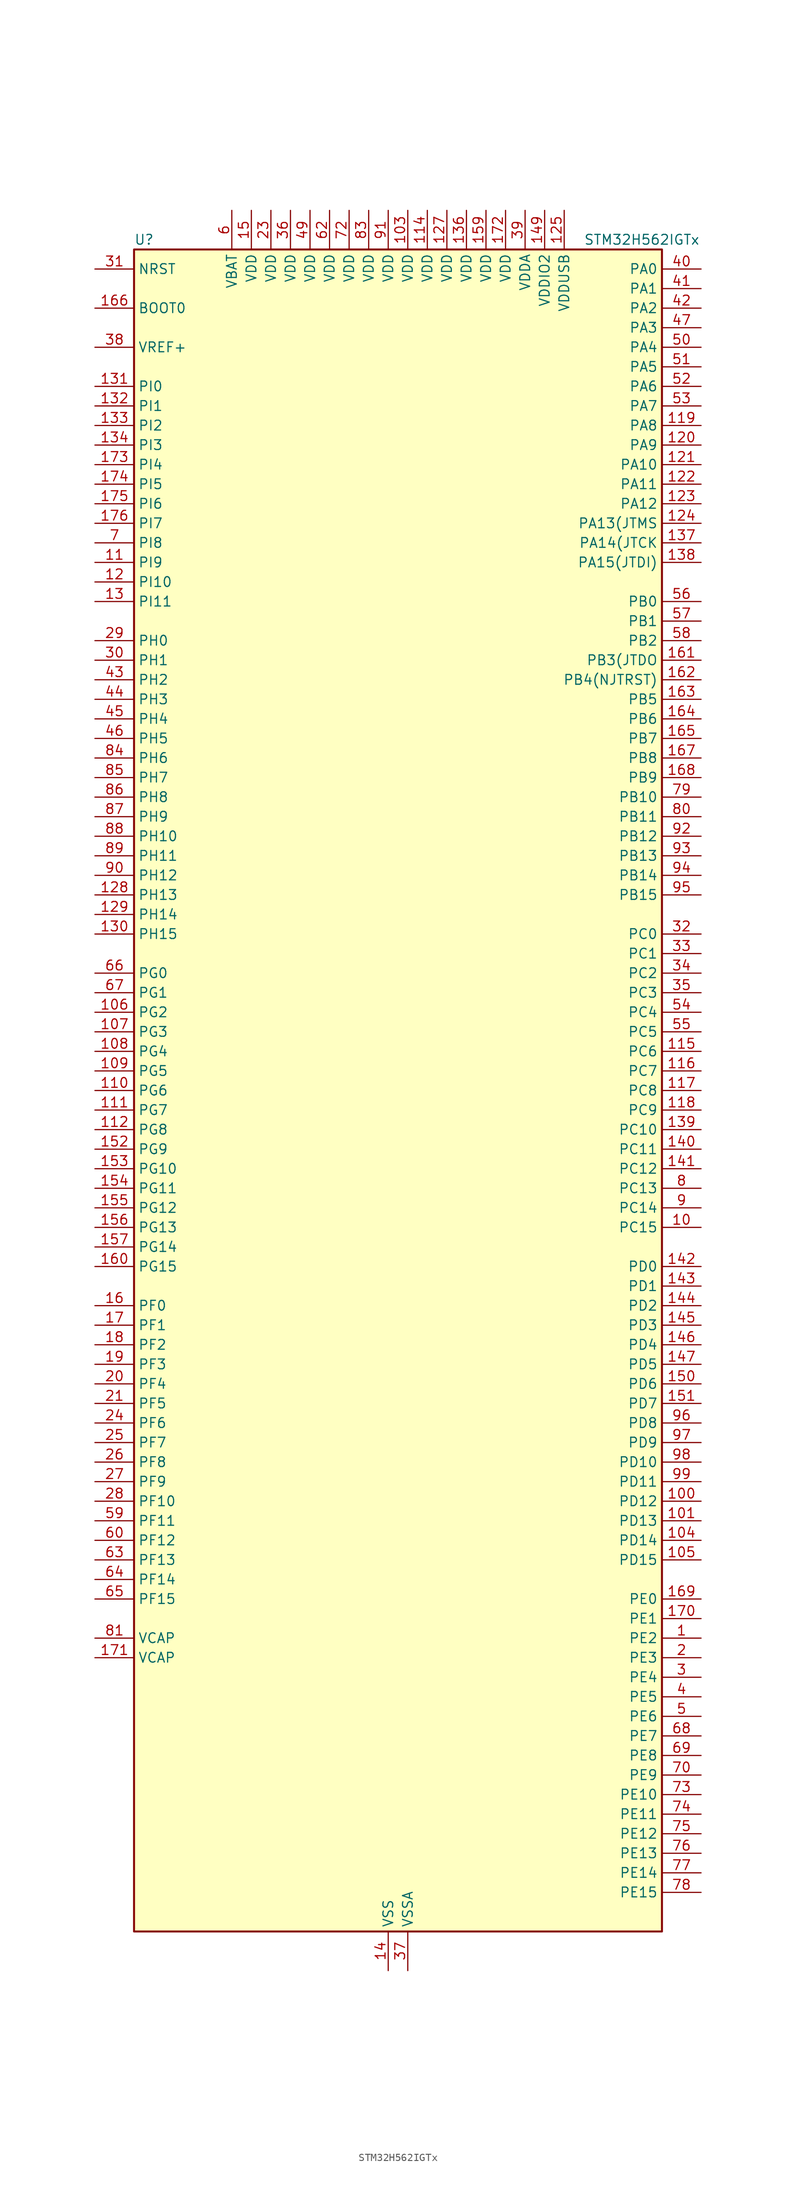
<source format=kicad_sym>
(kicad_symbol_lib
  (version 20231120)
  (generator "kicad_symbol_editor")
  (generator_version "8.0")
  (symbol "STM32H562IGTx"
    (property "Reference" "U"
      (at -33.02 110.49 0)
      (effects (font (size 1.27 1.27)) (justify left)))
    (property "Value" "STM32H562IGTx"
      (at 25.4 110.49 0)
      (effects (font (size 1.27 1.27)) (justify left)))
    (property "ki_locked" ""
      (at 0 0 0)
      (effects (font (size 1.27 1.27))))
    (symbol "STM32H562IGTx_0_1"
      (rectangle (start -33.02 -109.22) (end 35.56 109.22) (stroke (width 0.254) (type default)) (fill (type background))))
    (symbol "STM32H562IGTx_1_1"
      (pin bidirectional line (at 40.64 -71.12 180) (length 5.08) (name "PE2" (effects (font (size 1.27 1.27)))) (number "1" (effects (font (size 1.27 1.27)))) (alternate "DCMI_D3" bidirectional line) (alternate "DEBUG_TRACECLK" bidirectional line) (alternate "FMC_A23" bidirectional line) (alternate "LPTIM1_IN2" bidirectional line) (alternate "OCTOSPI1_IO2" bidirectional line) (alternate "PSSI_D3" bidirectional line) (alternate "SAI1_CK1" bidirectional line) (alternate "SAI1_MCLK_A" bidirectional line) (alternate "SPI4_SCK" bidirectional line) (alternate "UART8_TX" bidirectional line) (alternate "USART10_RX" bidirectional line))
      (pin bidirectional line (at 40.64 -17.78 180) (length 5.08) (name "PC15" (effects (font (size 1.27 1.27)))) (number "10" (effects (font (size 1.27 1.27)))) (alternate "ADC1_EXTI15" bidirectional line) (alternate "ADC2_EXTI15" bidirectional line) (alternate "RCC_OSC32_OUT" bidirectional line))
      (pin bidirectional line (at 40.64 -53.34 180) (length 5.08) (name "PD12" (effects (font (size 1.27 1.27)))) (number "100" (effects (font (size 1.27 1.27)))) (alternate "DCMI_D12" bidirectional line) (alternate "FMC_A17" bidirectional line) (alternate "FMC_ALE" bidirectional line) (alternate "I2C4_SCL" bidirectional line) (alternate "I3C1_SCL" bidirectional line) (alternate "LPTIM1_IN1" bidirectional line) (alternate "LPTIM2_IN1" bidirectional line) (alternate "OCTOSPI1_IO1" bidirectional line) (alternate "PSSI_D12" bidirectional line) (alternate "SAI1_D1" bidirectional line) (alternate "SAI2_FS_A" bidirectional line) (alternate "TIM4_CH1" bidirectional line) (alternate "UART4_TX" bidirectional line) (alternate "USART3_RTS" bidirectional line))
      (pin bidirectional line (at 40.64 -55.88 180) (length 5.08) (name "PD13" (effects (font (size 1.27 1.27)))) (number "101" (effects (font (size 1.27 1.27)))) (alternate "DCMI_D13" bidirectional line) (alternate "FMC_A18" bidirectional line) (alternate "I2C4_SDA" bidirectional line) (alternate "I3C1_SDA" bidirectional line) (alternate "LPTIM1_CH1" bidirectional line) (alternate "LPTIM2_CH1" bidirectional line) (alternate "LPTIM4_IN1" bidirectional line) (alternate "OCTOSPI1_IO3" bidirectional line) (alternate "PSSI_D13" bidirectional line) (alternate "SAI2_SCK_A" bidirectional line) (alternate "TIM4_CH2" bidirectional line) (alternate "UART9_RTS" bidirectional line))
      (pin passive line (at 0 -114.3 90) (length 5.08) hide (name "VSS" (effects (font (size 1.27 1.27)))) (number "102" (effects (font (size 1.27 1.27)))))
      (pin power_in line (at 2.54 114.3 270) (length 5.08) (name "VDD" (effects (font (size 1.27 1.27)))) (number "103" (effects (font (size 1.27 1.27)))))
      (pin bidirectional line (at 40.64 -58.42 180) (length 5.08) (name "PD14" (effects (font (size 1.27 1.27)))) (number "104" (effects (font (size 1.27 1.27)))) (alternate "FMC_D0" bidirectional line) (alternate "FMC_DA0" bidirectional line) (alternate "TIM4_CH3" bidirectional line) (alternate "UART8_CTS" bidirectional line) (alternate "UART9_RX" bidirectional line))
      (pin bidirectional line (at 40.64 -60.96 180) (length 5.08) (name "PD15" (effects (font (size 1.27 1.27)))) (number "105" (effects (font (size 1.27 1.27)))) (alternate "ADC1_EXTI15" bidirectional line) (alternate "ADC2_EXTI15" bidirectional line) (alternate "FMC_D1" bidirectional line) (alternate "FMC_DA1" bidirectional line) (alternate "TIM4_CH4" bidirectional line) (alternate "UART8_RTS" bidirectional line) (alternate "UART9_TX" bidirectional line))
      (pin bidirectional line (at -38.1 10.16 0) (length 5.08) (name "PG2" (effects (font (size 1.27 1.27)))) (number "106" (effects (font (size 1.27 1.27)))) (alternate "FMC_A12" bidirectional line) (alternate "LPTIM6_ETR" bidirectional line) (alternate "TIM8_BKIN" bidirectional line) (alternate "UART12_RX" bidirectional line))
      (pin bidirectional line (at -38.1 7.62 0) (length 5.08) (name "PG3" (effects (font (size 1.27 1.27)))) (number "107" (effects (font (size 1.27 1.27)))) (alternate "FMC_A13" bidirectional line) (alternate "LPTIM5_ETR" bidirectional line) (alternate "TIM8_BKIN2" bidirectional line) (alternate "UART12_TX" bidirectional line))
      (pin bidirectional line (at -38.1 5.08 0) (length 5.08) (name "PG4" (effects (font (size 1.27 1.27)))) (number "108" (effects (font (size 1.27 1.27)))) (alternate "FMC_A14" bidirectional line) (alternate "FMC_BA0" bidirectional line) (alternate "LPTIM4_ETR" bidirectional line) (alternate "TIM1_BKIN2" bidirectional line))
      (pin bidirectional line (at -38.1 2.54 0) (length 5.08) (name "PG5" (effects (font (size 1.27 1.27)))) (number "109" (effects (font (size 1.27 1.27)))) (alternate "FMC_A15" bidirectional line) (alternate "FMC_BA1" bidirectional line) (alternate "TIM1_ETR" bidirectional line))
      (pin bidirectional line (at -38.1 68.58 0) (length 5.08) (name "PI9" (effects (font (size 1.27 1.27)))) (number "11" (effects (font (size 1.27 1.27)))) (alternate "DAC1_EXTI9" bidirectional line) (alternate "FDCAN1_RX" bidirectional line) (alternate "UART4_RX" bidirectional line))
      (pin bidirectional line (at -38.1 0 0) (length 5.08) (name "PG6" (effects (font (size 1.27 1.27)))) (number "110" (effects (font (size 1.27 1.27)))) (alternate "DCMI_D12" bidirectional line) (alternate "FMC_NE3" bidirectional line) (alternate "I2C4_SDA" bidirectional line) (alternate "I3C1_SDA" bidirectional line) (alternate "OCTOSPI1_NCS" bidirectional line) (alternate "PSSI_D12" bidirectional line) (alternate "SPI1_RDY" bidirectional line) (alternate "TIM17_BKIN" bidirectional line) (alternate "UCPD1_FRSTX" bidirectional line))
      (pin bidirectional line (at -38.1 -2.54 0) (length 5.08) (name "PG7" (effects (font (size 1.27 1.27)))) (number "111" (effects (font (size 1.27 1.27)))) (alternate "DCMI_D13" bidirectional line) (alternate "FMC_INT" bidirectional line) (alternate "I2C4_SCL" bidirectional line) (alternate "I3C1_SCL" bidirectional line) (alternate "PSSI_D13" bidirectional line) (alternate "SAI1_CK2" bidirectional line) (alternate "SAI1_MCLK_A" bidirectional line) (alternate "UCPD1_FRSTX" bidirectional line) (alternate "USART6_CK" bidirectional line))
      (pin bidirectional line (at -38.1 -5.08 0) (length 5.08) (name "PG8" (effects (font (size 1.27 1.27)))) (number "112" (effects (font (size 1.27 1.27)))) (alternate "FMC_SDCLK" bidirectional line) (alternate "SPI6_NSS" bidirectional line) (alternate "TIM8_ETR" bidirectional line) (alternate "USART6_RTS" bidirectional line))
      (pin passive line (at 0 -114.3 90) (length 5.08) hide (name "VSS" (effects (font (size 1.27 1.27)))) (number "113" (effects (font (size 1.27 1.27)))))
      (pin power_in line (at 5.08 114.3 270) (length 5.08) (name "VDD" (effects (font (size 1.27 1.27)))) (number "114" (effects (font (size 1.27 1.27)))))
      (pin bidirectional line (at 40.64 5.08 180) (length 5.08) (name "PC6" (effects (font (size 1.27 1.27)))) (number "115" (effects (font (size 1.27 1.27)))) (alternate "DCMI_D0" bidirectional line) (alternate "FMC_NWAIT" bidirectional line) (alternate "I2S2_MCK" bidirectional line) (alternate "OCTOSPI1_IO5" bidirectional line) (alternate "PSSI_D0" bidirectional line) (alternate "SAI1_SCK_A" bidirectional line) (alternate "SDMMC1_D0DIR" bidirectional line) (alternate "SDMMC1_D6" bidirectional line) (alternate "TIM3_CH1" bidirectional line) (alternate "TIM8_CH1" bidirectional line) (alternate "USART6_TX" bidirectional line))
      (pin bidirectional line (at 40.64 2.54 180) (length 5.08) (name "PC7" (effects (font (size 1.27 1.27)))) (number "116" (effects (font (size 1.27 1.27)))) (alternate "DCMI_D1" bidirectional line) (alternate "DEBUG_TRGIO" bidirectional line) (alternate "FMC_NE1" bidirectional line) (alternate "I2S3_MCK" bidirectional line) (alternate "OCTOSPI1_IO6" bidirectional line) (alternate "PSSI_D1" bidirectional line) (alternate "SDMMC1_D123DIR" bidirectional line) (alternate "SDMMC1_D7" bidirectional line) (alternate "TIM3_CH2" bidirectional line) (alternate "TIM8_CH2" bidirectional line) (alternate "USART6_RX" bidirectional line))
      (pin bidirectional line (at 40.64 0 180) (length 5.08) (name "PC8" (effects (font (size 1.27 1.27)))) (number "117" (effects (font (size 1.27 1.27)))) (alternate "DCMI_D2" bidirectional line) (alternate "DEBUG_TRACED1" bidirectional line) (alternate "FMC_ALE" bidirectional line) (alternate "FMC_INT" bidirectional line) (alternate "FMC_NCE" bidirectional line) (alternate "FMC_NE2" bidirectional line) (alternate "PSSI_D2" bidirectional line) (alternate "SDMMC1_D0" bidirectional line) (alternate "TIM3_CH3" bidirectional line) (alternate "TIM8_CH3" bidirectional line) (alternate "UART5_DE" bidirectional line) (alternate "UART5_RTS" bidirectional line) (alternate "USART6_CK" bidirectional line))
      (pin bidirectional line (at 40.64 -2.54 180) (length 5.08) (name "PC9" (effects (font (size 1.27 1.27)))) (number "118" (effects (font (size 1.27 1.27)))) (alternate "AUDIOCLK" bidirectional line) (alternate "DAC1_EXTI9" bidirectional line) (alternate "DCMI_D3" bidirectional line) (alternate "FMC_CLE" bidirectional line) (alternate "I2C3_SDA" bidirectional line) (alternate "OCTOSPI1_IO0" bidirectional line) (alternate "PSSI_D3" bidirectional line) (alternate "RCC_MCO_2" bidirectional line) (alternate "SDMMC1_D1" bidirectional line) (alternate "TIM3_CH4" bidirectional line) (alternate "TIM8_CH4" bidirectional line) (alternate "UART5_CTS" bidirectional line) (alternate "UCPD1_DB2" bidirectional line))
      (pin bidirectional line (at 40.64 86.36 180) (length 5.08) (name "PA8" (effects (font (size 1.27 1.27)))) (number "119" (effects (font (size 1.27 1.27)))) (alternate "DCMI_D3" bidirectional line) (alternate "FMC_NOE" bidirectional line) (alternate "I2C3_SCL" bidirectional line) (alternate "PSSI_D3" bidirectional line) (alternate "RCC_MCO_1" bidirectional line) (alternate "SPI1_RDY" bidirectional line) (alternate "TIM1_CH1" bidirectional line) (alternate "TIM8_BKIN2" bidirectional line) (alternate "UART7_RX" bidirectional line) (alternate "USART1_CK" bidirectional line) (alternate "USB_SOF" bidirectional line))
      (pin bidirectional line (at -38.1 66.04 0) (length 5.08) (name "PI10" (effects (font (size 1.27 1.27)))) (number "12" (effects (font (size 1.27 1.27)))) (alternate "FDCAN1_RX" bidirectional line) (alternate "PSSI_D14" bidirectional line))
      (pin bidirectional line (at 40.64 83.82 180) (length 5.08) (name "PA9" (effects (font (size 1.27 1.27)))) (number "120" (effects (font (size 1.27 1.27)))) (alternate "DAC1_EXTI9" bidirectional line) (alternate "DCMI_D0" bidirectional line) (alternate "FMC_NWE" bidirectional line) (alternate "I2C3_SMBA" bidirectional line) (alternate "I2S2_CK" bidirectional line) (alternate "LPUART1_TX" bidirectional line) (alternate "PSSI_D0" bidirectional line) (alternate "SPI2_SCK" bidirectional line) (alternate "TIM1_CH2" bidirectional line) (alternate "UCPD1_DB1" bidirectional line) (alternate "USART1_TX" bidirectional line))
      (pin bidirectional line (at 40.64 81.28 180) (length 5.08) (name "PA10" (effects (font (size 1.27 1.27)))) (number "121" (effects (font (size 1.27 1.27)))) (alternate "DCMI_D1" bidirectional line) (alternate "LPTIM2_IN2" bidirectional line) (alternate "LPUART1_RX" bidirectional line) (alternate "PSSI_D1" bidirectional line) (alternate "SDMMC1_D0" bidirectional line) (alternate "TIM1_CH3" bidirectional line) (alternate "UCPD1_FRSTX" bidirectional line) (alternate "USART1_RX" bidirectional line))
      (pin bidirectional line (at 40.64 78.74 180) (length 5.08) (name "PA11" (effects (font (size 1.27 1.27)))) (number "122" (effects (font (size 1.27 1.27)))) (alternate "ADC1_EXTI11" bidirectional line) (alternate "ADC2_EXTI11" bidirectional line) (alternate "FDCAN1_RX" bidirectional line) (alternate "I2S2_WS" bidirectional line) (alternate "LPUART1_CTS" bidirectional line) (alternate "SPI2_NSS" bidirectional line) (alternate "TIM1_CH4" bidirectional line) (alternate "UART4_RX" bidirectional line) (alternate "USART1_CTS" bidirectional line) (alternate "USART1_NSS" bidirectional line) (alternate "USB_DM" bidirectional line))
      (pin bidirectional line (at 40.64 76.2 180) (length 5.08) (name "PA12" (effects (font (size 1.27 1.27)))) (number "123" (effects (font (size 1.27 1.27)))) (alternate "FDCAN1_TX" bidirectional line) (alternate "I2S2_CK" bidirectional line) (alternate "LPUART1_RTS" bidirectional line) (alternate "SAI2_FS_B" bidirectional line) (alternate "SPI2_SCK" bidirectional line) (alternate "TIM1_ETR" bidirectional line) (alternate "UART4_TX" bidirectional line) (alternate "USART1_RTS" bidirectional line) (alternate "USB_DP" bidirectional line))
      (pin bidirectional line (at 40.64 73.66 180) (length 5.08) (name "PA13(JTMS" (effects (font (size 1.27 1.27)))) (number "124" (effects (font (size 1.27 1.27)))) (alternate "DEBUG_JTMS-SWDIO" bidirectional line))
      (pin power_in line (at 22.86 114.3 270) (length 5.08) (name "VDDUSB" (effects (font (size 1.27 1.27)))) (number "125" (effects (font (size 1.27 1.27)))))
      (pin passive line (at 0 -114.3 90) (length 5.08) hide (name "VSS" (effects (font (size 1.27 1.27)))) (number "126" (effects (font (size 1.27 1.27)))))
      (pin power_in line (at 7.62 114.3 270) (length 5.08) (name "VDD" (effects (font (size 1.27 1.27)))) (number "127" (effects (font (size 1.27 1.27)))))
      (pin bidirectional line (at -38.1 25.4 0) (length 5.08) (name "PH13" (effects (font (size 1.27 1.27)))) (number "128" (effects (font (size 1.27 1.27)))) (alternate "DCMI_D3" bidirectional line) (alternate "FDCAN1_TX" bidirectional line) (alternate "LPTIM1_IN2" bidirectional line) (alternate "PSSI_D3" bidirectional line) (alternate "TIM8_CH1N" bidirectional line) (alternate "UART4_TX" bidirectional line) (alternate "UART8_TX" bidirectional line))
      (pin bidirectional line (at -38.1 22.86 0) (length 5.08) (name "PH14" (effects (font (size 1.27 1.27)))) (number "129" (effects (font (size 1.27 1.27)))) (alternate "DCMI_D4" bidirectional line) (alternate "FDCAN1_RX" bidirectional line) (alternate "PSSI_D4" bidirectional line) (alternate "TIM8_CH2N" bidirectional line) (alternate "UART4_RX" bidirectional line))
      (pin bidirectional line (at -38.1 63.5 0) (length 5.08) (name "PI11" (effects (font (size 1.27 1.27)))) (number "13" (effects (font (size 1.27 1.27)))) (alternate "ADC1_EXTI11" bidirectional line) (alternate "ADC2_EXTI11" bidirectional line) (alternate "PSSI_D15" bidirectional line) (alternate "TAMP_IN4" bidirectional line) (alternate "TAMP_OUT5" bidirectional line))
      (pin bidirectional line (at -38.1 20.32 0) (length 5.08) (name "PH15" (effects (font (size 1.27 1.27)))) (number "130" (effects (font (size 1.27 1.27)))) (alternate "ADC1_EXTI15" bidirectional line) (alternate "ADC2_EXTI15" bidirectional line) (alternate "DCMI_D11" bidirectional line) (alternate "PSSI_D11" bidirectional line) (alternate "TIM8_CH3N" bidirectional line))
      (pin bidirectional line (at -38.1 91.44 0) (length 5.08) (name "PI0" (effects (font (size 1.27 1.27)))) (number "131" (effects (font (size 1.27 1.27)))) (alternate "DCMI_D13" bidirectional line) (alternate "I2S2_WS" bidirectional line) (alternate "PSSI_D13" bidirectional line) (alternate "SPI2_NSS" bidirectional line) (alternate "TIM5_CH4" bidirectional line))
      (pin bidirectional line (at -38.1 88.9 0) (length 5.08) (name "PI1" (effects (font (size 1.27 1.27)))) (number "132" (effects (font (size 1.27 1.27)))) (alternate "DCMI_D8" bidirectional line) (alternate "I2S2_CK" bidirectional line) (alternate "PSSI_D8" bidirectional line) (alternate "SPI2_SCK" bidirectional line) (alternate "TIM8_BKIN2" bidirectional line))
      (pin bidirectional line (at -38.1 86.36 0) (length 5.08) (name "PI2" (effects (font (size 1.27 1.27)))) (number "133" (effects (font (size 1.27 1.27)))) (alternate "DCMI_D9" bidirectional line) (alternate "I2S2_SDI" bidirectional line) (alternate "PSSI_D9" bidirectional line) (alternate "SPI2_MISO" bidirectional line) (alternate "TIM8_CH4" bidirectional line))
      (pin bidirectional line (at -38.1 83.82 0) (length 5.08) (name "PI3" (effects (font (size 1.27 1.27)))) (number "134" (effects (font (size 1.27 1.27)))) (alternate "DCMI_D10" bidirectional line) (alternate "I2S2_SDO" bidirectional line) (alternate "PSSI_D10" bidirectional line) (alternate "SPI2_MOSI" bidirectional line) (alternate "TIM8_ETR" bidirectional line))
      (pin passive line (at 0 -114.3 90) (length 5.08) hide (name "VSS" (effects (font (size 1.27 1.27)))) (number "135" (effects (font (size 1.27 1.27)))))
      (pin power_in line (at 10.16 114.3 270) (length 5.08) (name "VDD" (effects (font (size 1.27 1.27)))) (number "136" (effects (font (size 1.27 1.27)))))
      (pin bidirectional line (at 40.64 71.12 180) (length 5.08) (name "PA14(JTCK" (effects (font (size 1.27 1.27)))) (number "137" (effects (font (size 1.27 1.27)))) (alternate "DEBUG_JTCK-SWCLK" bidirectional line))
      (pin bidirectional line (at 40.64 68.58 180) (length 5.08) (name "PA15(JTDI)" (effects (font (size 1.27 1.27)))) (number "138" (effects (font (size 1.27 1.27)))) (alternate "ADC1_EXTI15" bidirectional line) (alternate "ADC2_EXTI15" bidirectional line) (alternate "CEC" bidirectional line) (alternate "DCMI_D11" bidirectional line) (alternate "DEBUG_JTDI" bidirectional line) (alternate "FMC_NBL1" bidirectional line) (alternate "I2S1_WS" bidirectional line) (alternate "I2S3_WS" bidirectional line) (alternate "LPTIM3_IN2" bidirectional line) (alternate "PSSI_D11" bidirectional line) (alternate "SPI1_NSS" bidirectional line) (alternate "SPI3_NSS" bidirectional line) (alternate "SPI6_NSS" bidirectional line) (alternate "TIM2_CH1" bidirectional line) (alternate "TIM2_ETR" bidirectional line) (alternate "UART4_DE" bidirectional line) (alternate "UART4_RTS" bidirectional line) (alternate "UART7_TX" bidirectional line))
      (pin bidirectional line (at 40.64 -5.08 180) (length 5.08) (name "PC10" (effects (font (size 1.27 1.27)))) (number "139" (effects (font (size 1.27 1.27)))) (alternate "DCMI_D8" bidirectional line) (alternate "I2S3_CK" bidirectional line) (alternate "LPTIM3_ETR" bidirectional line) (alternate "OCTOSPI1_IO1" bidirectional line) (alternate "PSSI_D8" bidirectional line) (alternate "SDMMC1_D2" bidirectional line) (alternate "SPI3_SCK" bidirectional line) (alternate "UART4_TX" bidirectional line) (alternate "USART3_TX" bidirectional line))
      (pin power_in line (at 0 -114.3 90) (length 5.08) (name "VSS" (effects (font (size 1.27 1.27)))) (number "14" (effects (font (size 1.27 1.27)))))
      (pin bidirectional line (at 40.64 -7.62 180) (length 5.08) (name "PC11" (effects (font (size 1.27 1.27)))) (number "140" (effects (font (size 1.27 1.27)))) (alternate "ADC1_EXTI11" bidirectional line) (alternate "ADC2_EXTI11" bidirectional line) (alternate "DCMI_D4" bidirectional line) (alternate "I2S3_SDI" bidirectional line) (alternate "LPTIM3_IN1" bidirectional line) (alternate "OCTOSPI1_NCS" bidirectional line) (alternate "PSSI_D4" bidirectional line) (alternate "SDMMC1_D3" bidirectional line) (alternate "SPI3_MISO" bidirectional line) (alternate "UART4_RX" bidirectional line) (alternate "USART3_RX" bidirectional line))
      (pin bidirectional line (at 40.64 -10.16 180) (length 5.08) (name "PC12" (effects (font (size 1.27 1.27)))) (number "141" (effects (font (size 1.27 1.27)))) (alternate "DCMI_D9" bidirectional line) (alternate "DEBUG_TRACED3" bidirectional line) (alternate "I2S3_SDO" bidirectional line) (alternate "PSSI_D9" bidirectional line) (alternate "SDMMC1_CK" bidirectional line) (alternate "SPI3_MOSI" bidirectional line) (alternate "SPI6_SCK" bidirectional line) (alternate "TIM15_CH1" bidirectional line) (alternate "UART5_TX" bidirectional line) (alternate "USART3_CK" bidirectional line))
      (pin bidirectional line (at 40.64 -22.86 180) (length 5.08) (name "PD0" (effects (font (size 1.27 1.27)))) (number "142" (effects (font (size 1.27 1.27)))) (alternate "FDCAN1_RX" bidirectional line) (alternate "FMC_D2" bidirectional line) (alternate "FMC_DA2" bidirectional line) (alternate "TIM8_CH4N" bidirectional line) (alternate "UART4_RX" bidirectional line) (alternate "UART9_CTS" bidirectional line))
      (pin bidirectional line (at 40.64 -25.4 180) (length 5.08) (name "PD1" (effects (font (size 1.27 1.27)))) (number "143" (effects (font (size 1.27 1.27)))) (alternate "FDCAN1_TX" bidirectional line) (alternate "FMC_D3" bidirectional line) (alternate "FMC_DA3" bidirectional line) (alternate "UART4_TX" bidirectional line))
      (pin bidirectional line (at 40.64 -27.94 180) (length 5.08) (name "PD2" (effects (font (size 1.27 1.27)))) (number "144" (effects (font (size 1.27 1.27)))) (alternate "DCMI_D11" bidirectional line) (alternate "DEBUG_TRACED2" bidirectional line) (alternate "LPTIM4_ETR" bidirectional line) (alternate "PSSI_D11" bidirectional line) (alternate "PWR_WKUP7" bidirectional line) (alternate "SDMMC1_CMD" bidirectional line) (alternate "TIM15_BKIN" bidirectional line) (alternate "TIM3_ETR" bidirectional line) (alternate "UART5_RX" bidirectional line))
      (pin bidirectional line (at 40.64 -30.48 180) (length 5.08) (name "PD3" (effects (font (size 1.27 1.27)))) (number "145" (effects (font (size 1.27 1.27)))) (alternate "DCMI_D5" bidirectional line) (alternate "FMC_CLK" bidirectional line) (alternate "I2S2_CK" bidirectional line) (alternate "PSSI_D5" bidirectional line) (alternate "PWR_WKUP8" bidirectional line) (alternate "SPI2_SCK" bidirectional line) (alternate "USART2_CTS" bidirectional line) (alternate "USART2_NSS" bidirectional line))
      (pin bidirectional line (at 40.64 -33.02 180) (length 5.08) (name "PD4" (effects (font (size 1.27 1.27)))) (number "146" (effects (font (size 1.27 1.27)))) (alternate "FMC_NOE" bidirectional line) (alternate "OCTOSPI1_IO4" bidirectional line) (alternate "USART2_RTS" bidirectional line))
      (pin bidirectional line (at 40.64 -35.56 180) (length 5.08) (name "PD5" (effects (font (size 1.27 1.27)))) (number "147" (effects (font (size 1.27 1.27)))) (alternate "FDCAN1_TX" bidirectional line) (alternate "FMC_NWE" bidirectional line) (alternate "OCTOSPI1_IO5" bidirectional line) (alternate "SPI2_RDY" bidirectional line) (alternate "TIM1_CH4N" bidirectional line) (alternate "USART2_TX" bidirectional line))
      (pin passive line (at 0 -114.3 90) (length 5.08) hide (name "VSS" (effects (font (size 1.27 1.27)))) (number "148" (effects (font (size 1.27 1.27)))))
      (pin power_in line (at 20.32 114.3 270) (length 5.08) (name "VDDIO2" (effects (font (size 1.27 1.27)))) (number "149" (effects (font (size 1.27 1.27)))))
      (pin power_in line (at -17.78 114.3 270) (length 5.08) (name "VDD" (effects (font (size 1.27 1.27)))) (number "15" (effects (font (size 1.27 1.27)))))
      (pin bidirectional line (at 40.64 -38.1 180) (length 5.08) (name "PD6" (effects (font (size 1.27 1.27)))) (number "150" (effects (font (size 1.27 1.27)))) (alternate "DCMI_D10" bidirectional line) (alternate "FMC_NWAIT" bidirectional line) (alternate "I2S3_SDO" bidirectional line) (alternate "OCTOSPI1_IO6" bidirectional line) (alternate "PSSI_D10" bidirectional line) (alternate "SAI1_D1" bidirectional line) (alternate "SAI1_SD_A" bidirectional line) (alternate "SPI3_MOSI" bidirectional line) (alternate "USART2_RX" bidirectional line))
      (pin bidirectional line (at 40.64 -40.64 180) (length 5.08) (name "PD7" (effects (font (size 1.27 1.27)))) (number "151" (effects (font (size 1.27 1.27)))) (alternate "FMC_NCE" bidirectional line) (alternate "FMC_NE1" bidirectional line) (alternate "I2S1_SDO" bidirectional line) (alternate "LPTIM4_OUT" bidirectional line) (alternate "OCTOSPI1_IO7" bidirectional line) (alternate "SPI1_MOSI" bidirectional line) (alternate "USART2_CK" bidirectional line))
      (pin bidirectional line (at -38.1 -7.62 0) (length 5.08) (name "PG9" (effects (font (size 1.27 1.27)))) (number "152" (effects (font (size 1.27 1.27)))) (alternate "DAC1_EXTI9" bidirectional line) (alternate "DCMI_VSYNC" bidirectional line) (alternate "FMC_NCE" bidirectional line) (alternate "FMC_NE2" bidirectional line) (alternate "I2S1_SDI" bidirectional line) (alternate "OCTOSPI1_IO6" bidirectional line) (alternate "PSSI_RDY" bidirectional line) (alternate "SAI2_FS_B" bidirectional line) (alternate "SPI1_MISO" bidirectional line) (alternate "USART6_RX" bidirectional line))
      (pin bidirectional line (at -38.1 -10.16 0) (length 5.08) (name "PG10" (effects (font (size 1.27 1.27)))) (number "153" (effects (font (size 1.27 1.27)))) (alternate "DCMI_D2" bidirectional line) (alternate "FMC_NE3" bidirectional line) (alternate "I2S1_WS" bidirectional line) (alternate "PSSI_D2" bidirectional line) (alternate "SAI2_SD_B" bidirectional line) (alternate "SPI1_NSS" bidirectional line))
      (pin bidirectional line (at -38.1 -12.7 0) (length 5.08) (name "PG11" (effects (font (size 1.27 1.27)))) (number "154" (effects (font (size 1.27 1.27)))) (alternate "ADC1_EXTI11" bidirectional line) (alternate "ADC2_EXTI11" bidirectional line) (alternate "DCMI_D3" bidirectional line) (alternate "I2S1_CK" bidirectional line) (alternate "LPTIM1_IN2" bidirectional line) (alternate "PSSI_D3" bidirectional line) (alternate "SPI1_SCK" bidirectional line) (alternate "USART10_RX" bidirectional line) (alternate "USART11_RTS" bidirectional line))
      (pin bidirectional line (at -38.1 -15.24 0) (length 5.08) (name "PG12" (effects (font (size 1.27 1.27)))) (number "155" (effects (font (size 1.27 1.27)))) (alternate "DCMI_D11" bidirectional line) (alternate "FMC_NE4" bidirectional line) (alternate "LPTIM1_IN1" bidirectional line) (alternate "LPTIM5_CH1" bidirectional line) (alternate "PSSI_D11" bidirectional line) (alternate "PSSI_D15" bidirectional line) (alternate "SPI6_MISO" bidirectional line) (alternate "USART10_TX" bidirectional line) (alternate "USART6_RTS" bidirectional line))
      (pin bidirectional line (at -38.1 -17.78 0) (length 5.08) (name "PG13" (effects (font (size 1.27 1.27)))) (number "156" (effects (font (size 1.27 1.27)))) (alternate "DEBUG_TRACED0" bidirectional line) (alternate "FMC_A24" bidirectional line) (alternate "LPTIM1_CH1" bidirectional line) (alternate "LPTIM5_CH2" bidirectional line) (alternate "SPI6_SCK" bidirectional line) (alternate "USART10_CTS" bidirectional line) (alternate "USART10_NSS" bidirectional line) (alternate "USART6_CTS" bidirectional line) (alternate "USART6_NSS" bidirectional line))
      (pin bidirectional line (at -38.1 -20.32 0) (length 5.08) (name "PG14" (effects (font (size 1.27 1.27)))) (number "157" (effects (font (size 1.27 1.27)))) (alternate "DEBUG_TRACED1" bidirectional line) (alternate "FMC_A25" bidirectional line) (alternate "LPTIM1_CH2" bidirectional line) (alternate "LPTIM1_ETR" bidirectional line) (alternate "LPTIM5_IN1" bidirectional line) (alternate "OCTOSPI1_IO7" bidirectional line) (alternate "SPI6_MOSI" bidirectional line) (alternate "USART10_RTS" bidirectional line) (alternate "USART6_TX" bidirectional line))
      (pin passive line (at 0 -114.3 90) (length 5.08) hide (name "VSS" (effects (font (size 1.27 1.27)))) (number "158" (effects (font (size 1.27 1.27)))))
      (pin power_in line (at 12.7 114.3 270) (length 5.08) (name "VDD" (effects (font (size 1.27 1.27)))) (number "159" (effects (font (size 1.27 1.27)))))
      (pin bidirectional line (at -38.1 -27.94 0) (length 5.08) (name "PF0" (effects (font (size 1.27 1.27)))) (number "16" (effects (font (size 1.27 1.27)))) (alternate "FMC_A0" bidirectional line) (alternate "I2C2_SDA" bidirectional line) (alternate "LPTIM5_CH1" bidirectional line))
      (pin bidirectional line (at -38.1 -22.86 0) (length 5.08) (name "PG15" (effects (font (size 1.27 1.27)))) (number "160" (effects (font (size 1.27 1.27)))) (alternate "ADC1_EXTI15" bidirectional line) (alternate "ADC2_EXTI15" bidirectional line) (alternate "DCMI_D13" bidirectional line) (alternate "FMC_SDNCAS" bidirectional line) (alternate "PSSI_D13" bidirectional line) (alternate "SPI4_RDY" bidirectional line) (alternate "USART10_CK" bidirectional line) (alternate "USART6_CTS" bidirectional line) (alternate "USART6_NSS" bidirectional line))
      (pin bidirectional line (at 40.64 55.88 180) (length 5.08) (name "PB3(JTDO" (effects (font (size 1.27 1.27)))) (number "161" (effects (font (size 1.27 1.27)))) (alternate "CRS_SYNC" bidirectional line) (alternate "DEBUG_JTDO-SWO" bidirectional line) (alternate "I2C2_SDA" bidirectional line) (alternate "I2S1_CK" bidirectional line) (alternate "I2S3_CK" bidirectional line) (alternate "LPTIM6_ETR" bidirectional line) (alternate "SPI1_SCK" bidirectional line) (alternate "SPI3_SCK" bidirectional line) (alternate "SPI6_SCK" bidirectional line) (alternate "TIM2_CH2" bidirectional line) (alternate "UART12_CTS" bidirectional line) (alternate "UART7_RX" bidirectional line))
      (pin bidirectional line (at 40.64 53.34 180) (length 5.08) (name "PB4(NJTRST)" (effects (font (size 1.27 1.27)))) (number "162" (effects (font (size 1.27 1.27)))) (alternate "DCMI_D7" bidirectional line) (alternate "DEBUG_JTRST" bidirectional line) (alternate "I2S1_SDI" bidirectional line) (alternate "I2S2_WS" bidirectional line) (alternate "I2S3_SDI" bidirectional line) (alternate "LPTIM1_CH2" bidirectional line) (alternate "OCTOSPI1_CLK" bidirectional line) (alternate "PSSI_D7" bidirectional line) (alternate "SPI1_MISO" bidirectional line) (alternate "SPI2_NSS" bidirectional line) (alternate "SPI3_MISO" bidirectional line) (alternate "SPI6_MISO" bidirectional line) (alternate "TIM16_BKIN" bidirectional line) (alternate "TIM3_CH1" bidirectional line) (alternate "UART7_TX" bidirectional line))
      (pin bidirectional line (at 40.64 50.8 180) (length 5.08) (name "PB5" (effects (font (size 1.27 1.27)))) (number "163" (effects (font (size 1.27 1.27)))) (alternate "DCMI_D10" bidirectional line) (alternate "FMC_SDCKE1" bidirectional line) (alternate "I2C1_SMBA" bidirectional line) (alternate "I2C4_SMBA" bidirectional line) (alternate "I2S1_SDO" bidirectional line) (alternate "I2S3_SDO" bidirectional line) (alternate "OCTOSPI1_NCLK" bidirectional line) (alternate "PSSI_D10" bidirectional line) (alternate "SPI1_MOSI" bidirectional line) (alternate "SPI3_MOSI" bidirectional line) (alternate "SPI6_MOSI" bidirectional line) (alternate "TIM17_BKIN" bidirectional line) (alternate "TIM3_CH2" bidirectional line) (alternate "UART5_RX" bidirectional line))
      (pin bidirectional line (at 40.64 48.26 180) (length 5.08) (name "PB6" (effects (font (size 1.27 1.27)))) (number "164" (effects (font (size 1.27 1.27)))) (alternate "CEC" bidirectional line) (alternate "DCMI_D5" bidirectional line) (alternate "FMC_SDNE1" bidirectional line) (alternate "I2C1_SCL" bidirectional line) (alternate "I2C4_SCL" bidirectional line) (alternate "I3C1_SCL" bidirectional line) (alternate "LPUART1_TX" bidirectional line) (alternate "OCTOSPI1_NCS" bidirectional line) (alternate "PSSI_D5" bidirectional line) (alternate "TIM16_CH1N" bidirectional line) (alternate "TIM4_CH1" bidirectional line) (alternate "UART5_TX" bidirectional line) (alternate "USART1_TX" bidirectional line))
      (pin bidirectional line (at 40.64 45.72 180) (length 5.08) (name "PB7" (effects (font (size 1.27 1.27)))) (number "165" (effects (font (size 1.27 1.27)))) (alternate "DCMI_VSYNC" bidirectional line) (alternate "FDCAN1_TX" bidirectional line) (alternate "FMC_NL" bidirectional line) (alternate "I2C1_SDA" bidirectional line) (alternate "I2C4_SDA" bidirectional line) (alternate "I3C1_SDA" bidirectional line) (alternate "LPUART1_RX" bidirectional line) (alternate "PSSI_RDY" bidirectional line) (alternate "PWR_WKUP5" bidirectional line) (alternate "TIM17_CH1N" bidirectional line) (alternate "TIM4_CH2" bidirectional line) (alternate "USART1_RX" bidirectional line))
      (pin input line (at -38.1 101.6 0) (length 5.08) (name "BOOT0" (effects (font (size 1.27 1.27)))) (number "166" (effects (font (size 1.27 1.27)))))
      (pin bidirectional line (at 40.64 43.18 180) (length 5.08) (name "PB8" (effects (font (size 1.27 1.27)))) (number "167" (effects (font (size 1.27 1.27)))) (alternate "DCMI_D6" bidirectional line) (alternate "FDCAN1_RX" bidirectional line) (alternate "I2C1_SCL" bidirectional line) (alternate "I2C4_SCL" bidirectional line) (alternate "I3C1_SCL" bidirectional line) (alternate "PSSI_D6" bidirectional line) (alternate "SDMMC1_CKIN" bidirectional line) (alternate "SDMMC1_D4" bidirectional line) (alternate "SPI4_RDY" bidirectional line) (alternate "TIM16_CH1" bidirectional line) (alternate "TIM4_CH3" bidirectional line) (alternate "UART4_RX" bidirectional line))
      (pin bidirectional line (at 40.64 40.64 180) (length 5.08) (name "PB9" (effects (font (size 1.27 1.27)))) (number "168" (effects (font (size 1.27 1.27)))) (alternate "DAC1_EXTI9" bidirectional line) (alternate "DCMI_D7" bidirectional line) (alternate "FDCAN1_TX" bidirectional line) (alternate "I2C1_SDA" bidirectional line) (alternate "I2C4_SDA" bidirectional line) (alternate "I2S2_WS" bidirectional line) (alternate "I3C1_SDA" bidirectional line) (alternate "PSSI_D7" bidirectional line) (alternate "SDMMC1_CDIR" bidirectional line) (alternate "SDMMC1_D5" bidirectional line) (alternate "SPI2_NSS" bidirectional line) (alternate "TIM17_CH1" bidirectional line) (alternate "TIM4_CH4" bidirectional line) (alternate "UART4_TX" bidirectional line))
      (pin bidirectional line (at 40.64 -66.04 180) (length 5.08) (name "PE0" (effects (font (size 1.27 1.27)))) (number "169" (effects (font (size 1.27 1.27)))) (alternate "DCMI_D2" bidirectional line) (alternate "FDCAN1_RX" bidirectional line) (alternate "FMC_NBL0" bidirectional line) (alternate "LPTIM1_ETR" bidirectional line) (alternate "LPTIM2_CH2" bidirectional line) (alternate "LPTIM2_ETR" bidirectional line) (alternate "PSSI_D2" bidirectional line) (alternate "SAI2_MCLK_A" bidirectional line) (alternate "SPI3_RDY" bidirectional line) (alternate "TIM4_ETR" bidirectional line) (alternate "UART8_RX" bidirectional line))
      (pin bidirectional line (at -38.1 -30.48 0) (length 5.08) (name "PF1" (effects (font (size 1.27 1.27)))) (number "17" (effects (font (size 1.27 1.27)))) (alternate "FMC_A1" bidirectional line) (alternate "I2C2_SCL" bidirectional line) (alternate "LPTIM5_CH2" bidirectional line))
      (pin bidirectional line (at 40.64 -68.58 180) (length 5.08) (name "PE1" (effects (font (size 1.27 1.27)))) (number "170" (effects (font (size 1.27 1.27)))) (alternate "DCMI_D3" bidirectional line) (alternate "FDCAN1_TX" bidirectional line) (alternate "FMC_NBL1" bidirectional line) (alternate "LPTIM1_IN2" bidirectional line) (alternate "PSSI_D3" bidirectional line) (alternate "UART8_TX" bidirectional line))
      (pin power_out line (at -38.1 -73.66 0) (length 5.08) (name "VCAP" (effects (font (size 1.27 1.27)))) (number "171" (effects (font (size 1.27 1.27)))))
      (pin power_in line (at 15.24 114.3 270) (length 5.08) (name "VDD" (effects (font (size 1.27 1.27)))) (number "172" (effects (font (size 1.27 1.27)))))
      (pin bidirectional line (at -38.1 81.28 0) (length 5.08) (name "PI4" (effects (font (size 1.27 1.27)))) (number "173" (effects (font (size 1.27 1.27)))) (alternate "DCMI_D5" bidirectional line) (alternate "PSSI_D5" bidirectional line) (alternate "SAI2_MCLK_A" bidirectional line) (alternate "SPI2_RDY" bidirectional line) (alternate "TIM8_BKIN" bidirectional line))
      (pin bidirectional line (at -38.1 78.74 0) (length 5.08) (name "PI5" (effects (font (size 1.27 1.27)))) (number "174" (effects (font (size 1.27 1.27)))) (alternate "DCMI_VSYNC" bidirectional line) (alternate "PSSI_RDY" bidirectional line) (alternate "SAI2_SCK_A" bidirectional line) (alternate "TIM8_CH1" bidirectional line))
      (pin bidirectional line (at -38.1 76.2 0) (length 5.08) (name "PI6" (effects (font (size 1.27 1.27)))) (number "175" (effects (font (size 1.27 1.27)))) (alternate "DCMI_D6" bidirectional line) (alternate "PSSI_D6" bidirectional line) (alternate "SAI2_SD_A" bidirectional line) (alternate "TIM8_CH2" bidirectional line))
      (pin bidirectional line (at -38.1 73.66 0) (length 5.08) (name "PI7" (effects (font (size 1.27 1.27)))) (number "176" (effects (font (size 1.27 1.27)))) (alternate "DCMI_D7" bidirectional line) (alternate "PSSI_D7" bidirectional line) (alternate "SAI2_FS_A" bidirectional line) (alternate "TIM8_CH3" bidirectional line))
      (pin bidirectional line (at -38.1 -33.02 0) (length 5.08) (name "PF2" (effects (font (size 1.27 1.27)))) (number "18" (effects (font (size 1.27 1.27)))) (alternate "FMC_A2" bidirectional line) (alternate "I2C2_SMBA" bidirectional line) (alternate "LPTIM3_CH2" bidirectional line) (alternate "LPTIM3_IN2" bidirectional line) (alternate "LPTIM5_IN1" bidirectional line) (alternate "UART12_TX" bidirectional line) (alternate "USART11_CK" bidirectional line))
      (pin bidirectional line (at -38.1 -35.56 0) (length 5.08) (name "PF3" (effects (font (size 1.27 1.27)))) (number "19" (effects (font (size 1.27 1.27)))) (alternate "FMC_A3" bidirectional line) (alternate "LPTIM3_IN1" bidirectional line) (alternate "LPTIM5_IN2" bidirectional line) (alternate "USART11_TX" bidirectional line))
      (pin bidirectional line (at 40.64 -73.66 180) (length 5.08) (name "PE3" (effects (font (size 1.27 1.27)))) (number "2" (effects (font (size 1.27 1.27)))) (alternate "DEBUG_TRACED0" bidirectional line) (alternate "FMC_A19" bidirectional line) (alternate "SAI1_SD_B" bidirectional line) (alternate "TAMP_IN6" bidirectional line) (alternate "TAMP_OUT3" bidirectional line) (alternate "TIM15_BKIN" bidirectional line) (alternate "USART10_TX" bidirectional line))
      (pin bidirectional line (at -38.1 -38.1 0) (length 5.08) (name "PF4" (effects (font (size 1.27 1.27)))) (number "20" (effects (font (size 1.27 1.27)))) (alternate "FMC_A4" bidirectional line) (alternate "LPTIM3_ETR" bidirectional line) (alternate "USART11_RX" bidirectional line))
      (pin bidirectional line (at -38.1 -40.64 0) (length 5.08) (name "PF5" (effects (font (size 1.27 1.27)))) (number "21" (effects (font (size 1.27 1.27)))) (alternate "FMC_A5" bidirectional line) (alternate "I2C4_SCL" bidirectional line) (alternate "I3C1_SCL" bidirectional line) (alternate "LPTIM3_CH1" bidirectional line) (alternate "LPTIM3_IN1" bidirectional line) (alternate "UART12_RX" bidirectional line) (alternate "USART11_CTS" bidirectional line) (alternate "USART11_NSS" bidirectional line))
      (pin passive line (at 0 -114.3 90) (length 5.08) hide (name "VSS" (effects (font (size 1.27 1.27)))) (number "22" (effects (font (size 1.27 1.27)))))
      (pin power_in line (at -15.24 114.3 270) (length 5.08) (name "VDD" (effects (font (size 1.27 1.27)))) (number "23" (effects (font (size 1.27 1.27)))))
      (pin bidirectional line (at -38.1 -43.18 0) (length 5.08) (name "PF6" (effects (font (size 1.27 1.27)))) (number "24" (effects (font (size 1.27 1.27)))) (alternate "LPTIM5_CH1" bidirectional line) (alternate "OCTOSPI1_IO3" bidirectional line) (alternate "SAI1_SD_B" bidirectional line) (alternate "SPI5_NSS" bidirectional line) (alternate "TIM16_CH1" bidirectional line) (alternate "UART7_RX" bidirectional line))
      (pin bidirectional line (at -38.1 -45.72 0) (length 5.08) (name "PF7" (effects (font (size 1.27 1.27)))) (number "25" (effects (font (size 1.27 1.27)))) (alternate "LPTIM5_CH2" bidirectional line) (alternate "OCTOSPI1_IO2" bidirectional line) (alternate "SAI1_MCLK_B" bidirectional line) (alternate "SPI5_SCK" bidirectional line) (alternate "TIM17_CH1" bidirectional line) (alternate "UART7_TX" bidirectional line))
      (pin bidirectional line (at -38.1 -48.26 0) (length 5.08) (name "PF8" (effects (font (size 1.27 1.27)))) (number "26" (effects (font (size 1.27 1.27)))) (alternate "LPTIM5_IN1" bidirectional line) (alternate "OCTOSPI1_IO0" bidirectional line) (alternate "SAI1_SCK_B" bidirectional line) (alternate "SPI5_MISO" bidirectional line) (alternate "TIM13_CH1" bidirectional line) (alternate "TIM16_CH1N" bidirectional line) (alternate "UART7_RTS" bidirectional line))
      (pin bidirectional line (at -38.1 -50.8 0) (length 5.08) (name "PF9" (effects (font (size 1.27 1.27)))) (number "27" (effects (font (size 1.27 1.27)))) (alternate "DAC1_EXTI9" bidirectional line) (alternate "LPTIM5_IN2" bidirectional line) (alternate "OCTOSPI1_IO1" bidirectional line) (alternate "SAI1_FS_B" bidirectional line) (alternate "SPI5_MOSI" bidirectional line) (alternate "TIM14_CH1" bidirectional line) (alternate "TIM17_CH1N" bidirectional line) (alternate "UART7_CTS" bidirectional line))
      (pin bidirectional line (at -38.1 -53.34 0) (length 5.08) (name "PF10" (effects (font (size 1.27 1.27)))) (number "28" (effects (font (size 1.27 1.27)))) (alternate "DCMI_D11" bidirectional line) (alternate "OCTOSPI1_CLK" bidirectional line) (alternate "PSSI_D11" bidirectional line) (alternate "PSSI_D15" bidirectional line) (alternate "SAI1_D3" bidirectional line) (alternate "TIM16_BKIN" bidirectional line))
      (pin bidirectional line (at -38.1 58.42 0) (length 5.08) (name "PH0" (effects (font (size 1.27 1.27)))) (number "29" (effects (font (size 1.27 1.27)))) (alternate "RCC_OSC_IN" bidirectional line))
      (pin bidirectional line (at 40.64 -76.2 180) (length 5.08) (name "PE4" (effects (font (size 1.27 1.27)))) (number "3" (effects (font (size 1.27 1.27)))) (alternate "DCMI_D4" bidirectional line) (alternate "DEBUG_TRACED1" bidirectional line) (alternate "FMC_A20" bidirectional line) (alternate "PSSI_D4" bidirectional line) (alternate "SAI1_D2" bidirectional line) (alternate "SAI1_FS_A" bidirectional line) (alternate "SPI4_NSS" bidirectional line) (alternate "TAMP_IN7" bidirectional line) (alternate "TAMP_OUT8" bidirectional line) (alternate "TIM15_CH1N" bidirectional line))
      (pin bidirectional line (at -38.1 55.88 0) (length 5.08) (name "PH1" (effects (font (size 1.27 1.27)))) (number "30" (effects (font (size 1.27 1.27)))) (alternate "RCC_OSC_OUT" bidirectional line))
      (pin input line (at -38.1 106.68 0) (length 5.08) (name "NRST" (effects (font (size 1.27 1.27)))) (number "31" (effects (font (size 1.27 1.27)))))
      (pin bidirectional line (at 40.64 20.32 180) (length 5.08) (name "PC0" (effects (font (size 1.27 1.27)))) (number "32" (effects (font (size 1.27 1.27)))) (alternate "ADC1_INP10" bidirectional line) (alternate "ADC2_INP10" bidirectional line) (alternate "FMC_A25" bidirectional line) (alternate "FMC_SDNWE" bidirectional line) (alternate "OCTOSPI1_IO7" bidirectional line) (alternate "SAI1_MCLK_A" bidirectional line) (alternate "SAI2_FS_B" bidirectional line) (alternate "SPI2_RDY" bidirectional line) (alternate "TIM16_BKIN" bidirectional line))
      (pin bidirectional line (at 40.64 17.78 180) (length 5.08) (name "PC1" (effects (font (size 1.27 1.27)))) (number "33" (effects (font (size 1.27 1.27)))) (alternate "ADC1_INN10" bidirectional line) (alternate "ADC1_INP11" bidirectional line) (alternate "ADC2_INN10" bidirectional line) (alternate "ADC2_INP11" bidirectional line) (alternate "DEBUG_TRACED0" bidirectional line) (alternate "I2S2_SDO" bidirectional line) (alternate "OCTOSPI1_IO4" bidirectional line) (alternate "PWR_WKUP6" bidirectional line) (alternate "SAI1_D1" bidirectional line) (alternate "SAI1_SD_A" bidirectional line) (alternate "SAI2_SD_A" bidirectional line) (alternate "SPI2_MOSI" bidirectional line) (alternate "TAMP_IN3" bidirectional line) (alternate "TAMP_OUT5" bidirectional line) (alternate "USART11_RTS" bidirectional line))
      (pin bidirectional line (at 40.64 15.24 180) (length 5.08) (name "PC2" (effects (font (size 1.27 1.27)))) (number "34" (effects (font (size 1.27 1.27)))) (alternate "ADC1_INN11" bidirectional line) (alternate "ADC1_INP12" bidirectional line) (alternate "ADC2_INN11" bidirectional line) (alternate "ADC2_INP12" bidirectional line) (alternate "FMC_SDNE0" bidirectional line) (alternate "I2S2_SDI" bidirectional line) (alternate "OCTOSPI1_IO2" bidirectional line) (alternate "OCTOSPI1_IO5" bidirectional line) (alternate "PWR_CSLEEP" bidirectional line) (alternate "SPI2_MISO" bidirectional line) (alternate "TIM17_CH1" bidirectional line) (alternate "TIM4_CH4" bidirectional line))
      (pin bidirectional line (at 40.64 12.7 180) (length 5.08) (name "PC3" (effects (font (size 1.27 1.27)))) (number "35" (effects (font (size 1.27 1.27)))) (alternate "ADC1_INN12" bidirectional line) (alternate "ADC1_INP13" bidirectional line) (alternate "ADC2_INN12" bidirectional line) (alternate "ADC2_INP13" bidirectional line) (alternate "FMC_SDCKE0" bidirectional line) (alternate "I2S2_SDO" bidirectional line) (alternate "LPTIM3_CH1" bidirectional line) (alternate "OCTOSPI1_IO0" bidirectional line) (alternate "OCTOSPI1_IO6" bidirectional line) (alternate "PWR_CSTOP" bidirectional line) (alternate "SAI1_D3" bidirectional line) (alternate "SPI2_MOSI" bidirectional line))
      (pin power_in line (at -12.7 114.3 270) (length 5.08) (name "VDD" (effects (font (size 1.27 1.27)))) (number "36" (effects (font (size 1.27 1.27)))))
      (pin power_in line (at 2.54 -114.3 90) (length 5.08) (name "VSSA" (effects (font (size 1.27 1.27)))) (number "37" (effects (font (size 1.27 1.27)))))
      (pin input line (at -38.1 96.52 0) (length 5.08) (name "VREF+" (effects (font (size 1.27 1.27)))) (number "38" (effects (font (size 1.27 1.27)))))
      (pin power_in line (at 17.78 114.3 270) (length 5.08) (name "VDDA" (effects (font (size 1.27 1.27)))) (number "39" (effects (font (size 1.27 1.27)))))
      (pin bidirectional line (at 40.64 -78.74 180) (length 5.08) (name "PE5" (effects (font (size 1.27 1.27)))) (number "4" (effects (font (size 1.27 1.27)))) (alternate "DCMI_D6" bidirectional line) (alternate "DEBUG_TRACED2" bidirectional line) (alternate "FMC_A21" bidirectional line) (alternate "PSSI_D6" bidirectional line) (alternate "SAI1_CK2" bidirectional line) (alternate "SAI1_SCK_A" bidirectional line) (alternate "SPI4_MISO" bidirectional line) (alternate "TAMP_IN8" bidirectional line) (alternate "TAMP_OUT7" bidirectional line) (alternate "TIM15_CH1" bidirectional line))
      (pin bidirectional line (at 40.64 106.68 180) (length 5.08) (name "PA0" (effects (font (size 1.27 1.27)))) (number "40" (effects (font (size 1.27 1.27)))) (alternate "ADC1_INN1" bidirectional line) (alternate "ADC1_INP0" bidirectional line) (alternate "ADC2_INN1" bidirectional line) (alternate "ADC2_INP0" bidirectional line) (alternate "PWR_WKUP1" bidirectional line) (alternate "SAI2_SD_B" bidirectional line) (alternate "SPI3_RDY" bidirectional line) (alternate "SPI6_NSS" bidirectional line) (alternate "TAMP_IN2" bidirectional line) (alternate "TAMP_OUT1" bidirectional line) (alternate "TIM15_BKIN" bidirectional line) (alternate "TIM2_CH1" bidirectional line) (alternate "TIM2_ETR" bidirectional line) (alternate "TIM5_CH1" bidirectional line) (alternate "TIM8_ETR" bidirectional line) (alternate "UART4_TX" bidirectional line) (alternate "USART2_CTS" bidirectional line) (alternate "USART2_NSS" bidirectional line))
      (pin bidirectional line (at 40.64 104.14 180) (length 5.08) (name "PA1" (effects (font (size 1.27 1.27)))) (number "41" (effects (font (size 1.27 1.27)))) (alternate "ADC1_INP1" bidirectional line) (alternate "ADC2_INP1" bidirectional line) (alternate "LPTIM1_IN1" bidirectional line) (alternate "OCTOSPI1_DQS" bidirectional line) (alternate "OCTOSPI1_IO3" bidirectional line) (alternate "SAI2_MCLK_B" bidirectional line) (alternate "TAMP_IN5" bidirectional line) (alternate "TAMP_OUT4" bidirectional line) (alternate "TIM15_CH1N" bidirectional line) (alternate "TIM2_CH2" bidirectional line) (alternate "TIM5_CH2" bidirectional line) (alternate "UART4_RX" bidirectional line) (alternate "USART2_RTS" bidirectional line))
      (pin bidirectional line (at 40.64 101.6 180) (length 5.08) (name "PA2" (effects (font (size 1.27 1.27)))) (number "42" (effects (font (size 1.27 1.27)))) (alternate "ADC1_INP14" bidirectional line) (alternate "ADC2_INP14" bidirectional line) (alternate "LPTIM1_IN2" bidirectional line) (alternate "PWR_WKUP2" bidirectional line) (alternate "SAI2_SCK_B" bidirectional line) (alternate "TAMP_IN4" bidirectional line) (alternate "TAMP_OUT3" bidirectional line) (alternate "TIM15_CH1" bidirectional line) (alternate "TIM2_CH3" bidirectional line) (alternate "TIM5_CH3" bidirectional line) (alternate "USART2_TX" bidirectional line))
      (pin bidirectional line (at -38.1 53.34 0) (length 5.08) (name "PH2" (effects (font (size 1.27 1.27)))) (number "43" (effects (font (size 1.27 1.27)))) (alternate "FMC_SDCKE0" bidirectional line) (alternate "LPTIM1_IN2" bidirectional line) (alternate "OCTOSPI1_IO4" bidirectional line) (alternate "SAI2_SCK_B" bidirectional line))
      (pin bidirectional line (at -38.1 50.8 0) (length 5.08) (name "PH3" (effects (font (size 1.27 1.27)))) (number "44" (effects (font (size 1.27 1.27)))) (alternate "FMC_SDNE0" bidirectional line) (alternate "OCTOSPI1_IO5" bidirectional line) (alternate "SAI2_MCLK_B" bidirectional line))
      (pin bidirectional line (at -38.1 48.26 0) (length 5.08) (name "PH4" (effects (font (size 1.27 1.27)))) (number "45" (effects (font (size 1.27 1.27)))) (alternate "I2C2_SCL" bidirectional line) (alternate "PSSI_D14" bidirectional line) (alternate "SPI5_RDY" bidirectional line) (alternate "SPI6_RDY" bidirectional line))
      (pin bidirectional line (at -38.1 45.72 0) (length 5.08) (name "PH5" (effects (font (size 1.27 1.27)))) (number "46" (effects (font (size 1.27 1.27)))) (alternate "FMC_SDNWE" bidirectional line) (alternate "I2C2_SDA" bidirectional line) (alternate "SPI5_NSS" bidirectional line) (alternate "SPI6_RDY" bidirectional line))
      (pin bidirectional line (at 40.64 99.06 180) (length 5.08) (name "PA3" (effects (font (size 1.27 1.27)))) (number "47" (effects (font (size 1.27 1.27)))) (alternate "ADC1_INP15" bidirectional line) (alternate "ADC2_INP15" bidirectional line) (alternate "I2S2_WS" bidirectional line) (alternate "OCTOSPI1_CLK" bidirectional line) (alternate "SAI1_SD_B" bidirectional line) (alternate "SPI2_NSS" bidirectional line) (alternate "TIM15_CH2" bidirectional line) (alternate "TIM2_CH4" bidirectional line) (alternate "TIM5_CH4" bidirectional line) (alternate "USART2_RX" bidirectional line))
      (pin passive line (at 0 -114.3 90) (length 5.08) hide (name "VSS" (effects (font (size 1.27 1.27)))) (number "48" (effects (font (size 1.27 1.27)))))
      (pin power_in line (at -10.16 114.3 270) (length 5.08) (name "VDD" (effects (font (size 1.27 1.27)))) (number "49" (effects (font (size 1.27 1.27)))))
      (pin bidirectional line (at 40.64 -81.28 180) (length 5.08) (name "PE6" (effects (font (size 1.27 1.27)))) (number "5" (effects (font (size 1.27 1.27)))) (alternate "DCMI_D7" bidirectional line) (alternate "DEBUG_TRACED3" bidirectional line) (alternate "FMC_A22" bidirectional line) (alternate "PSSI_D7" bidirectional line) (alternate "SAI1_D1" bidirectional line) (alternate "SAI1_SD_A" bidirectional line) (alternate "SAI2_MCLK_B" bidirectional line) (alternate "SPI4_MOSI" bidirectional line) (alternate "TAMP_IN3" bidirectional line) (alternate "TAMP_OUT6" bidirectional line) (alternate "TIM15_CH2" bidirectional line) (alternate "TIM1_BKIN2" bidirectional line))
      (pin bidirectional line (at 40.64 96.52 180) (length 5.08) (name "PA4" (effects (font (size 1.27 1.27)))) (number "50" (effects (font (size 1.27 1.27)))) (alternate "ADC1_INP18" bidirectional line) (alternate "ADC2_INP18" bidirectional line) (alternate "DAC1_OUT1" bidirectional line) (alternate "DCMI_HSYNC" bidirectional line) (alternate "I2S1_WS" bidirectional line) (alternate "I2S3_WS" bidirectional line) (alternate "LPTIM2_CH1" bidirectional line) (alternate "PSSI_DE" bidirectional line) (alternate "SPI1_NSS" bidirectional line) (alternate "SPI3_NSS" bidirectional line) (alternate "SPI6_NSS" bidirectional line) (alternate "TIM5_ETR" bidirectional line) (alternate "USART2_CK" bidirectional line))
      (pin bidirectional line (at 40.64 93.98 180) (length 5.08) (name "PA5" (effects (font (size 1.27 1.27)))) (number "51" (effects (font (size 1.27 1.27)))) (alternate "ADC1_INN18" bidirectional line) (alternate "ADC1_INP19" bidirectional line) (alternate "ADC2_INN18" bidirectional line) (alternate "ADC2_INP19" bidirectional line) (alternate "DAC1_OUT2" bidirectional line) (alternate "I2S1_CK" bidirectional line) (alternate "PSSI_D14" bidirectional line) (alternate "SPI1_SCK" bidirectional line) (alternate "SPI6_SCK" bidirectional line) (alternate "TIM2_CH1" bidirectional line) (alternate "TIM2_ETR" bidirectional line) (alternate "TIM8_CH1N" bidirectional line))
      (pin bidirectional line (at 40.64 91.44 180) (length 5.08) (name "PA6" (effects (font (size 1.27 1.27)))) (number "52" (effects (font (size 1.27 1.27)))) (alternate "ADC1_INP3" bidirectional line) (alternate "ADC2_INP3" bidirectional line) (alternate "DCMI_PIXCLK" bidirectional line) (alternate "I2S1_SDI" bidirectional line) (alternate "OCTOSPI1_IO3" bidirectional line) (alternate "PSSI_PDCK" bidirectional line) (alternate "SPI1_MISO" bidirectional line) (alternate "SPI6_MISO" bidirectional line) (alternate "TIM13_CH1" bidirectional line) (alternate "TIM1_BKIN" bidirectional line) (alternate "TIM3_CH1" bidirectional line) (alternate "TIM8_BKIN" bidirectional line) (alternate "USART11_TX" bidirectional line))
      (pin bidirectional line (at 40.64 88.9 180) (length 5.08) (name "PA7" (effects (font (size 1.27 1.27)))) (number "53" (effects (font (size 1.27 1.27)))) (alternate "ADC1_INN3" bidirectional line) (alternate "ADC1_INP7" bidirectional line) (alternate "ADC2_INN3" bidirectional line) (alternate "ADC2_INP7" bidirectional line) (alternate "FMC_NWE" bidirectional line) (alternate "FMC_SDNWE" bidirectional line) (alternate "I2S1_SDO" bidirectional line) (alternate "OCTOSPI1_IO2" bidirectional line) (alternate "SPI1_MOSI" bidirectional line) (alternate "SPI6_MOSI" bidirectional line) (alternate "TIM14_CH1" bidirectional line) (alternate "TIM1_CH1N" bidirectional line) (alternate "TIM3_CH2" bidirectional line) (alternate "TIM8_CH1N" bidirectional line) (alternate "USART11_RX" bidirectional line))
      (pin bidirectional line (at 40.64 10.16 180) (length 5.08) (name "PC4" (effects (font (size 1.27 1.27)))) (number "54" (effects (font (size 1.27 1.27)))) (alternate "ADC1_INP4" bidirectional line) (alternate "ADC2_INP4" bidirectional line) (alternate "FMC_SDNE0" bidirectional line) (alternate "I2S1_MCK" bidirectional line) (alternate "LPTIM2_ETR" bidirectional line) (alternate "SAI1_CK1" bidirectional line) (alternate "TIM2_CH4" bidirectional line) (alternate "USART3_RX" bidirectional line))
      (pin bidirectional line (at 40.64 7.62 180) (length 5.08) (name "PC5" (effects (font (size 1.27 1.27)))) (number "55" (effects (font (size 1.27 1.27)))) (alternate "ADC1_INN4" bidirectional line) (alternate "ADC1_INP8" bidirectional line) (alternate "ADC2_INN4" bidirectional line) (alternate "ADC2_INP8" bidirectional line) (alternate "FMC_SDCKE0" bidirectional line) (alternate "OCTOSPI1_DQS" bidirectional line) (alternate "PSSI_D15" bidirectional line) (alternate "SAI1_D3" bidirectional line) (alternate "SAI1_FS_A" bidirectional line) (alternate "TIM1_CH4N" bidirectional line) (alternate "UART12_RTS" bidirectional line))
      (pin bidirectional line (at 40.64 63.5 180) (length 5.08) (name "PB0" (effects (font (size 1.27 1.27)))) (number "56" (effects (font (size 1.27 1.27)))) (alternate "ADC1_INN5" bidirectional line) (alternate "ADC1_INP9" bidirectional line) (alternate "ADC2_INN5" bidirectional line) (alternate "ADC2_INP9" bidirectional line) (alternate "LPTIM3_CH1" bidirectional line) (alternate "OCTOSPI1_IO1" bidirectional line) (alternate "TIM1_CH2N" bidirectional line) (alternate "TIM3_CH3" bidirectional line) (alternate "TIM8_CH2N" bidirectional line) (alternate "UART4_CTS" bidirectional line) (alternate "USART11_CK" bidirectional line))
      (pin bidirectional line (at 40.64 60.96 180) (length 5.08) (name "PB1" (effects (font (size 1.27 1.27)))) (number "57" (effects (font (size 1.27 1.27)))) (alternate "ADC1_INP5" bidirectional line) (alternate "ADC2_INP5" bidirectional line) (alternate "LPTIM3_CH2" bidirectional line) (alternate "OCTOSPI1_IO0" bidirectional line) (alternate "TIM1_CH3N" bidirectional line) (alternate "TIM3_CH4" bidirectional line) (alternate "TIM8_CH3N" bidirectional line))
      (pin bidirectional line (at 40.64 58.42 180) (length 5.08) (name "PB2" (effects (font (size 1.27 1.27)))) (number "58" (effects (font (size 1.27 1.27)))) (alternate "I2S3_SDO" bidirectional line) (alternate "LPTIM1_CH1" bidirectional line) (alternate "LPTIM5_ETR" bidirectional line) (alternate "OCTOSPI1_CLK" bidirectional line) (alternate "OCTOSPI1_DQS" bidirectional line) (alternate "RCC_LSCO" bidirectional line) (alternate "RTC_OUT2" bidirectional line) (alternate "SAI1_D1" bidirectional line) (alternate "SAI1_SD_A" bidirectional line) (alternate "SDMMC1_CMD" bidirectional line) (alternate "SPI1_RDY" bidirectional line) (alternate "SPI3_MOSI" bidirectional line) (alternate "TIM8_CH4N" bidirectional line))
      (pin bidirectional line (at -38.1 -55.88 0) (length 5.08) (name "PF11" (effects (font (size 1.27 1.27)))) (number "59" (effects (font (size 1.27 1.27)))) (alternate "ADC1_EXTI11" bidirectional line) (alternate "ADC1_INP2" bidirectional line) (alternate "ADC2_EXTI11" bidirectional line) (alternate "DCMI_D12" bidirectional line) (alternate "FMC_SDNRAS" bidirectional line) (alternate "LPTIM6_CH1" bidirectional line) (alternate "OCTOSPI1_NCLK" bidirectional line) (alternate "PSSI_D12" bidirectional line) (alternate "SAI2_SD_B" bidirectional line) (alternate "SPI5_MOSI" bidirectional line))
      (pin power_in line (at -20.32 114.3 270) (length 5.08) (name "VBAT" (effects (font (size 1.27 1.27)))) (number "6" (effects (font (size 1.27 1.27)))))
      (pin bidirectional line (at -38.1 -58.42 0) (length 5.08) (name "PF12" (effects (font (size 1.27 1.27)))) (number "60" (effects (font (size 1.27 1.27)))) (alternate "ADC1_INN2" bidirectional line) (alternate "ADC1_INP6" bidirectional line) (alternate "FMC_A6" bidirectional line) (alternate "LPTIM6_CH2" bidirectional line))
      (pin passive line (at 0 -114.3 90) (length 5.08) hide (name "VSS" (effects (font (size 1.27 1.27)))) (number "61" (effects (font (size 1.27 1.27)))))
      (pin power_in line (at -7.62 114.3 270) (length 5.08) (name "VDD" (effects (font (size 1.27 1.27)))) (number "62" (effects (font (size 1.27 1.27)))))
      (pin bidirectional line (at -38.1 -60.96 0) (length 5.08) (name "PF13" (effects (font (size 1.27 1.27)))) (number "63" (effects (font (size 1.27 1.27)))) (alternate "ADC2_INP2" bidirectional line) (alternate "FMC_A7" bidirectional line) (alternate "I2C4_SMBA" bidirectional line) (alternate "LPTIM6_IN1" bidirectional line))
      (pin bidirectional line (at -38.1 -63.5 0) (length 5.08) (name "PF14" (effects (font (size 1.27 1.27)))) (number "64" (effects (font (size 1.27 1.27)))) (alternate "ADC2_INN2" bidirectional line) (alternate "ADC2_INP6" bidirectional line) (alternate "FMC_A8" bidirectional line) (alternate "LPTIM6_IN2" bidirectional line))
      (pin bidirectional line (at -38.1 -66.04 0) (length 5.08) (name "PF15" (effects (font (size 1.27 1.27)))) (number "65" (effects (font (size 1.27 1.27)))) (alternate "ADC1_EXTI15" bidirectional line) (alternate "ADC2_EXTI15" bidirectional line) (alternate "FMC_A9" bidirectional line) (alternate "I2C4_SDA" bidirectional line) (alternate "I3C1_SDA" bidirectional line))
      (pin bidirectional line (at -38.1 15.24 0) (length 5.08) (name "PG0" (effects (font (size 1.27 1.27)))) (number "66" (effects (font (size 1.27 1.27)))) (alternate "FMC_A10" bidirectional line) (alternate "LPTIM4_IN1" bidirectional line) (alternate "UART9_RX" bidirectional line))
      (pin bidirectional line (at -38.1 12.7 0) (length 5.08) (name "PG1" (effects (font (size 1.27 1.27)))) (number "67" (effects (font (size 1.27 1.27)))) (alternate "FMC_A11" bidirectional line) (alternate "I2S2_SDO" bidirectional line) (alternate "SPI2_MOSI" bidirectional line) (alternate "UART9_TX" bidirectional line))
      (pin bidirectional line (at 40.64 -83.82 180) (length 5.08) (name "PE7" (effects (font (size 1.27 1.27)))) (number "68" (effects (font (size 1.27 1.27)))) (alternate "FMC_D4" bidirectional line) (alternate "FMC_DA4" bidirectional line) (alternate "OCTOSPI1_IO4" bidirectional line) (alternate "TIM1_ETR" bidirectional line) (alternate "UART12_RTS" bidirectional line) (alternate "UART7_RX" bidirectional line))
      (pin bidirectional line (at 40.64 -86.36 180) (length 5.08) (name "PE8" (effects (font (size 1.27 1.27)))) (number "69" (effects (font (size 1.27 1.27)))) (alternate "FMC_D5" bidirectional line) (alternate "FMC_DA5" bidirectional line) (alternate "OCTOSPI1_IO5" bidirectional line) (alternate "TIM1_CH1N" bidirectional line) (alternate "UART12_CTS" bidirectional line) (alternate "UART7_TX" bidirectional line))
      (pin bidirectional line (at -38.1 71.12 0) (length 5.08) (name "PI8" (effects (font (size 1.27 1.27)))) (number "7" (effects (font (size 1.27 1.27)))) (alternate "PWR_WKUP3" bidirectional line) (alternate "RTC_OUT2" bidirectional line) (alternate "TAMP_IN2" bidirectional line) (alternate "TAMP_OUT3" bidirectional line))
      (pin bidirectional line (at 40.64 -88.9 180) (length 5.08) (name "PE9" (effects (font (size 1.27 1.27)))) (number "70" (effects (font (size 1.27 1.27)))) (alternate "DAC1_EXTI9" bidirectional line) (alternate "FMC_D6" bidirectional line) (alternate "FMC_DA6" bidirectional line) (alternate "OCTOSPI1_IO6" bidirectional line) (alternate "TIM1_CH1" bidirectional line) (alternate "UART12_RX" bidirectional line) (alternate "UART7_RTS" bidirectional line))
      (pin passive line (at 0 -114.3 90) (length 5.08) hide (name "VSS" (effects (font (size 1.27 1.27)))) (number "71" (effects (font (size 1.27 1.27)))))
      (pin power_in line (at -5.08 114.3 270) (length 5.08) (name "VDD" (effects (font (size 1.27 1.27)))) (number "72" (effects (font (size 1.27 1.27)))))
      (pin bidirectional line (at 40.64 -91.44 180) (length 5.08) (name "PE10" (effects (font (size 1.27 1.27)))) (number "73" (effects (font (size 1.27 1.27)))) (alternate "FMC_D7" bidirectional line) (alternate "FMC_DA7" bidirectional line) (alternate "OCTOSPI1_IO7" bidirectional line) (alternate "TIM1_CH2N" bidirectional line) (alternate "UART12_TX" bidirectional line) (alternate "UART7_CTS" bidirectional line))
      (pin bidirectional line (at 40.64 -93.98 180) (length 5.08) (name "PE11" (effects (font (size 1.27 1.27)))) (number "74" (effects (font (size 1.27 1.27)))) (alternate "ADC1_EXTI11" bidirectional line) (alternate "ADC2_EXTI11" bidirectional line) (alternate "FMC_D8" bidirectional line) (alternate "FMC_DA8" bidirectional line) (alternate "OCTOSPI1_NCS" bidirectional line) (alternate "SAI2_SD_B" bidirectional line) (alternate "SPI1_RDY" bidirectional line) (alternate "SPI4_NSS" bidirectional line) (alternate "TIM1_CH2" bidirectional line))
      (pin bidirectional line (at 40.64 -96.52 180) (length 5.08) (name "PE12" (effects (font (size 1.27 1.27)))) (number "75" (effects (font (size 1.27 1.27)))) (alternate "FMC_D9" bidirectional line) (alternate "FMC_DA9" bidirectional line) (alternate "SAI2_SCK_B" bidirectional line) (alternate "SPI4_SCK" bidirectional line) (alternate "TIM1_CH3N" bidirectional line))
      (pin bidirectional line (at 40.64 -99.06 180) (length 5.08) (name "PE13" (effects (font (size 1.27 1.27)))) (number "76" (effects (font (size 1.27 1.27)))) (alternate "FMC_D10" bidirectional line) (alternate "FMC_DA10" bidirectional line) (alternate "SAI2_FS_B" bidirectional line) (alternate "SPI4_MISO" bidirectional line) (alternate "TIM1_CH3" bidirectional line))
      (pin bidirectional line (at 40.64 -101.6 180) (length 5.08) (name "PE14" (effects (font (size 1.27 1.27)))) (number "77" (effects (font (size 1.27 1.27)))) (alternate "FMC_D11" bidirectional line) (alternate "FMC_DA11" bidirectional line) (alternate "SAI2_MCLK_B" bidirectional line) (alternate "SPI4_MOSI" bidirectional line) (alternate "TIM1_CH4" bidirectional line))
      (pin bidirectional line (at 40.64 -104.14 180) (length 5.08) (name "PE15" (effects (font (size 1.27 1.27)))) (number "78" (effects (font (size 1.27 1.27)))) (alternate "ADC1_EXTI15" bidirectional line) (alternate "ADC2_EXTI15" bidirectional line) (alternate "FMC_D12" bidirectional line) (alternate "FMC_DA12" bidirectional line) (alternate "TIM1_BKIN" bidirectional line) (alternate "TIM1_CH4N" bidirectional line) (alternate "USART10_CK" bidirectional line))
      (pin bidirectional line (at 40.64 38.1 180) (length 5.08) (name "PB10" (effects (font (size 1.27 1.27)))) (number "79" (effects (font (size 1.27 1.27)))) (alternate "I2C2_SCL" bidirectional line) (alternate "I2S2_CK" bidirectional line) (alternate "LPTIM2_IN1" bidirectional line) (alternate "LPTIM3_CH1" bidirectional line) (alternate "OCTOSPI1_NCS" bidirectional line) (alternate "SPI2_SCK" bidirectional line) (alternate "TIM2_CH3" bidirectional line) (alternate "USART3_TX" bidirectional line))
      (pin bidirectional line (at 40.64 -12.7 180) (length 5.08) (name "PC13" (effects (font (size 1.27 1.27)))) (number "8" (effects (font (size 1.27 1.27)))) (alternate "PWR_WKUP4" bidirectional line) (alternate "RTC_OUT1" bidirectional line) (alternate "RTC_TS" bidirectional line) (alternate "TAMP_IN1" bidirectional line) (alternate "TAMP_OUT2" bidirectional line) (alternate "TAMP_OUT3" bidirectional line))
      (pin bidirectional line (at 40.64 35.56 180) (length 5.08) (name "PB11" (effects (font (size 1.27 1.27)))) (number "80" (effects (font (size 1.27 1.27)))) (alternate "ADC1_EXTI11" bidirectional line) (alternate "ADC2_EXTI11" bidirectional line) (alternate "FMC_NBL1" bidirectional line) (alternate "I2C2_SDA" bidirectional line) (alternate "LPTIM2_ETR" bidirectional line) (alternate "SPI2_RDY" bidirectional line) (alternate "SPI4_RDY" bidirectional line) (alternate "TIM2_CH4" bidirectional line) (alternate "USART3_RX" bidirectional line))
      (pin power_out line (at -38.1 -71.12 0) (length 5.08) (name "VCAP" (effects (font (size 1.27 1.27)))) (number "81" (effects (font (size 1.27 1.27)))))
      (pin passive line (at 0 -114.3 90) (length 5.08) hide (name "VSS" (effects (font (size 1.27 1.27)))) (number "82" (effects (font (size 1.27 1.27)))))
      (pin power_in line (at -2.54 114.3 270) (length 5.08) (name "VDD" (effects (font (size 1.27 1.27)))) (number "83" (effects (font (size 1.27 1.27)))))
      (pin bidirectional line (at -38.1 43.18 0) (length 5.08) (name "PH6" (effects (font (size 1.27 1.27)))) (number "84" (effects (font (size 1.27 1.27)))) (alternate "DCMI_D8" bidirectional line) (alternate "FMC_SDNE1" bidirectional line) (alternate "I2C2_SMBA" bidirectional line) (alternate "PSSI_D8" bidirectional line) (alternate "SPI5_SCK" bidirectional line) (alternate "TIM12_CH1" bidirectional line) (alternate "TIM1_CH3N" bidirectional line) (alternate "TIM8_CH1" bidirectional line))
      (pin bidirectional line (at -38.1 40.64 0) (length 5.08) (name "PH7" (effects (font (size 1.27 1.27)))) (number "85" (effects (font (size 1.27 1.27)))) (alternate "DCMI_D9" bidirectional line) (alternate "FMC_SDCKE1" bidirectional line) (alternate "I2C3_SCL" bidirectional line) (alternate "PSSI_D9" bidirectional line) (alternate "SPI5_MISO" bidirectional line) (alternate "TIM1_CH3" bidirectional line) (alternate "TIM8_CH1N" bidirectional line))
      (pin bidirectional line (at -38.1 38.1 0) (length 5.08) (name "PH8" (effects (font (size 1.27 1.27)))) (number "86" (effects (font (size 1.27 1.27)))) (alternate "DCMI_HSYNC" bidirectional line) (alternate "I2C3_SDA" bidirectional line) (alternate "PSSI_DE" bidirectional line) (alternate "SPI5_MOSI" bidirectional line) (alternate "TIM1_CH2N" bidirectional line) (alternate "TIM5_ETR" bidirectional line) (alternate "TIM8_CH2" bidirectional line))
      (pin bidirectional line (at -38.1 35.56 0) (length 5.08) (name "PH9" (effects (font (size 1.27 1.27)))) (number "87" (effects (font (size 1.27 1.27)))) (alternate "DAC1_EXTI9" bidirectional line) (alternate "DCMI_D0" bidirectional line) (alternate "I2C3_SMBA" bidirectional line) (alternate "PSSI_D0" bidirectional line) (alternate "SPI5_NSS" bidirectional line) (alternate "TIM12_CH2" bidirectional line) (alternate "TIM1_CH2" bidirectional line) (alternate "TIM8_CH2N" bidirectional line))
      (pin bidirectional line (at -38.1 33.02 0) (length 5.08) (name "PH10" (effects (font (size 1.27 1.27)))) (number "88" (effects (font (size 1.27 1.27)))) (alternate "DCMI_D1" bidirectional line) (alternate "I2C4_SMBA" bidirectional line) (alternate "PSSI_D1" bidirectional line) (alternate "SPI5_RDY" bidirectional line) (alternate "TIM1_CH1N" bidirectional line) (alternate "TIM5_CH1" bidirectional line) (alternate "TIM8_CH3" bidirectional line))
      (pin bidirectional line (at -38.1 30.48 0) (length 5.08) (name "PH11" (effects (font (size 1.27 1.27)))) (number "89" (effects (font (size 1.27 1.27)))) (alternate "ADC1_EXTI11" bidirectional line) (alternate "ADC2_EXTI11" bidirectional line) (alternate "DCMI_D2" bidirectional line) (alternate "I2C4_SCL" bidirectional line) (alternate "I3C1_SCL" bidirectional line) (alternate "PSSI_D2" bidirectional line) (alternate "TIM1_CH1" bidirectional line) (alternate "TIM5_CH2" bidirectional line) (alternate "TIM8_CH3N" bidirectional line))
      (pin bidirectional line (at 40.64 -15.24 180) (length 5.08) (name "PC14" (effects (font (size 1.27 1.27)))) (number "9" (effects (font (size 1.27 1.27)))) (alternate "RCC_OSC32_IN" bidirectional line))
      (pin bidirectional line (at -38.1 27.94 0) (length 5.08) (name "PH12" (effects (font (size 1.27 1.27)))) (number "90" (effects (font (size 1.27 1.27)))) (alternate "DCMI_D3" bidirectional line) (alternate "I2C4_SDA" bidirectional line) (alternate "I3C1_SDA" bidirectional line) (alternate "PSSI_D3" bidirectional line) (alternate "TIM1_BKIN" bidirectional line) (alternate "TIM5_CH3" bidirectional line) (alternate "TIM8_BKIN" bidirectional line) (alternate "TIM8_CH4N" bidirectional line))
      (pin power_in line (at 0 114.3 270) (length 5.08) (name "VDD" (effects (font (size 1.27 1.27)))) (number "91" (effects (font (size 1.27 1.27)))))
      (pin bidirectional line (at 40.64 33.02 180) (length 5.08) (name "PB12" (effects (font (size 1.27 1.27)))) (number "92" (effects (font (size 1.27 1.27)))) (alternate "I2C2_SDA" bidirectional line) (alternate "I2S2_WS" bidirectional line) (alternate "OCTOSPI1_NCLK" bidirectional line) (alternate "SPI2_NSS" bidirectional line) (alternate "TIM1_BKIN" bidirectional line) (alternate "UART5_RX" bidirectional line) (alternate "UCPD1_FRSTX" bidirectional line) (alternate "USART3_CK" bidirectional line))
      (pin bidirectional line (at 40.64 30.48 180) (length 5.08) (name "PB13" (effects (font (size 1.27 1.27)))) (number "93" (effects (font (size 1.27 1.27)))) (alternate "I2C2_SMBA" bidirectional line) (alternate "I2S2_CK" bidirectional line) (alternate "LPTIM2_CH1" bidirectional line) (alternate "LPTIM3_IN1" bidirectional line) (alternate "SDMMC1_D0" bidirectional line) (alternate "SPI2_SCK" bidirectional line) (alternate "TIM1_CH1N" bidirectional line) (alternate "UART5_TX" bidirectional line) (alternate "UCPD1_CC1" bidirectional line) (alternate "USART3_CTS" bidirectional line) (alternate "USART3_NSS" bidirectional line))
      (pin bidirectional line (at 40.64 27.94 180) (length 5.08) (name "PB14" (effects (font (size 1.27 1.27)))) (number "94" (effects (font (size 1.27 1.27)))) (alternate "I2S2_SDI" bidirectional line) (alternate "LPTIM3_ETR" bidirectional line) (alternate "SPI2_MISO" bidirectional line) (alternate "TIM12_CH1" bidirectional line) (alternate "TIM1_CH2N" bidirectional line) (alternate "TIM8_CH2N" bidirectional line) (alternate "UART4_DE" bidirectional line) (alternate "UART4_RTS" bidirectional line) (alternate "UCPD1_CC2" bidirectional line) (alternate "USART1_TX" bidirectional line) (alternate "USART3_RTS" bidirectional line))
      (pin bidirectional line (at 40.64 25.4 180) (length 5.08) (name "PB15" (effects (font (size 1.27 1.27)))) (number "95" (effects (font (size 1.27 1.27)))) (alternate "ADC1_EXTI15" bidirectional line) (alternate "ADC2_EXTI15" bidirectional line) (alternate "DCMI_D2" bidirectional line) (alternate "I2S2_SDO" bidirectional line) (alternate "OCTOSPI1_CLK" bidirectional line) (alternate "PSSI_D2" bidirectional line) (alternate "PWR_PVD_IN" bidirectional line) (alternate "RTC_REFIN" bidirectional line) (alternate "SPI2_MOSI" bidirectional line) (alternate "TIM12_CH2" bidirectional line) (alternate "TIM1_CH3N" bidirectional line) (alternate "TIM8_CH3N" bidirectional line) (alternate "UART4_CTS" bidirectional line) (alternate "UART5_RX" bidirectional line) (alternate "USART11_CTS" bidirectional line) (alternate "USART11_NSS" bidirectional line) (alternate "USART1_RX" bidirectional line))
      (pin bidirectional line (at 40.64 -43.18 180) (length 5.08) (name "PD8" (effects (font (size 1.27 1.27)))) (number "96" (effects (font (size 1.27 1.27)))) (alternate "FMC_D13" bidirectional line) (alternate "FMC_DA13" bidirectional line) (alternate "USART3_TX" bidirectional line))
      (pin bidirectional line (at 40.64 -45.72 180) (length 5.08) (name "PD9" (effects (font (size 1.27 1.27)))) (number "97" (effects (font (size 1.27 1.27)))) (alternate "DAC1_EXTI9" bidirectional line) (alternate "FMC_D14" bidirectional line) (alternate "FMC_DA14" bidirectional line) (alternate "USART3_RX" bidirectional line))
      (pin bidirectional line (at 40.64 -48.26 180) (length 5.08) (name "PD10" (effects (font (size 1.27 1.27)))) (number "98" (effects (font (size 1.27 1.27)))) (alternate "FMC_D15" bidirectional line) (alternate "FMC_DA15" bidirectional line) (alternate "LPTIM2_CH2" bidirectional line) (alternate "USART3_CK" bidirectional line))
      (pin bidirectional line (at 40.64 -50.8 180) (length 5.08) (name "PD11" (effects (font (size 1.27 1.27)))) (number "99" (effects (font (size 1.27 1.27)))) (alternate "ADC1_EXTI11" bidirectional line) (alternate "ADC2_EXTI11" bidirectional line) (alternate "FMC_A16" bidirectional line) (alternate "FMC_CLE" bidirectional line) (alternate "I2C4_SMBA" bidirectional line) (alternate "LPTIM2_IN2" bidirectional line) (alternate "OCTOSPI1_IO0" bidirectional line) (alternate "SAI1_CK1" bidirectional line) (alternate "SAI2_SD_A" bidirectional line) (alternate "UART4_RX" bidirectional line) (alternate "USART3_CTS" bidirectional line) (alternate "USART3_NSS" bidirectional line)))))
</source>
